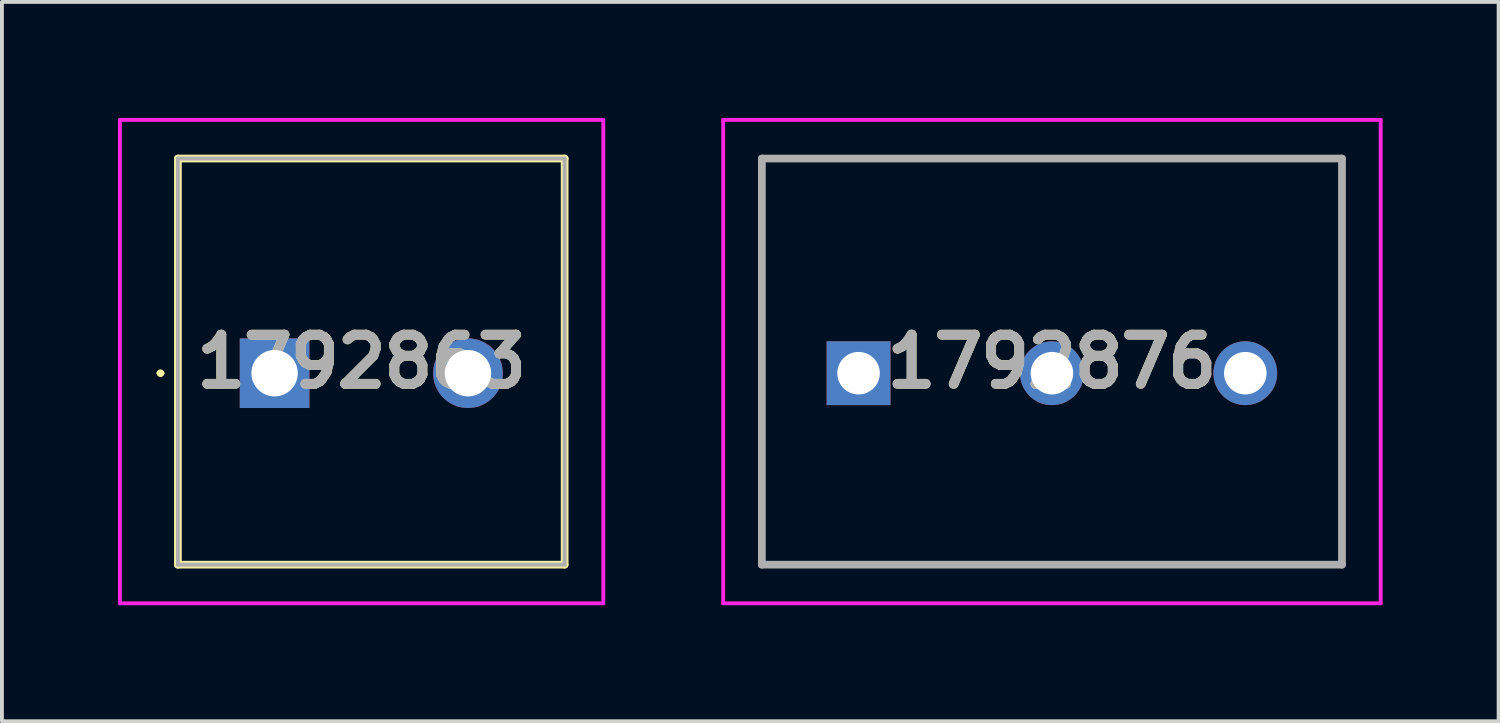
<source format=kicad_pcb>
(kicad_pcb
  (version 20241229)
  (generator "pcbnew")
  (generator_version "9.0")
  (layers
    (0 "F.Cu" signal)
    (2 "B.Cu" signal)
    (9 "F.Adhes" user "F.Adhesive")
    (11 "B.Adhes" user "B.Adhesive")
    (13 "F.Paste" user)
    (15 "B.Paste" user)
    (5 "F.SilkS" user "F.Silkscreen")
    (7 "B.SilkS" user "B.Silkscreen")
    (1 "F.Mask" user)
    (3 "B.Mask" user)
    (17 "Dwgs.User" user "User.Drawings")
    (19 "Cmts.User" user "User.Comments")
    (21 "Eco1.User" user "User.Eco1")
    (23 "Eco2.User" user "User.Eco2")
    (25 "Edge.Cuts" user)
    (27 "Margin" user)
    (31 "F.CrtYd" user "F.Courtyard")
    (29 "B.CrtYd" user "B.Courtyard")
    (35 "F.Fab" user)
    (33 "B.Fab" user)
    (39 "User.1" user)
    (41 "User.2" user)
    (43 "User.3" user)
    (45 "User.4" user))
  (footprint "1792876"
    (layer "F.Cu")
    (at 19.15 6.6)
    (property "Reference" "1792876" (at 5 -0.3 0) (layer "F.SilkS") (effects (font (size 1.27 1.27) (thickness 0.254))))
    (attr through_hole)
    (fp_line (start -2.5 -5.55) (end 12.5 -5.55) (stroke (width 0.1) (type solid)) (layer "F.SilkS"))
    (fp_line (start -2.5 4.95) (end -2.5 -5.55) (stroke (width 0.1) (type solid)) (layer "F.SilkS"))
    (fp_line (start 12.5 -5.55) (end 12.5 4.95) (stroke (width 0.1) (type solid)) (layer "F.SilkS"))
    (fp_line (start 12.5 4.95) (end -2.5 4.95) (stroke (width 0.1) (type solid)) (layer "F.SilkS"))
    (fp_line (start -3.5 -6.55) (end 13.5 -6.55) (stroke (width 0.1) (type solid)) (layer "F.CrtYd"))
    (fp_line (start -3.5 5.95) (end -3.5 -6.55) (stroke (width 0.1) (type solid)) (layer "F.CrtYd"))
    (fp_line (start 13.5 -6.55) (end 13.5 5.95) (stroke (width 0.1) (type solid)) (layer "F.CrtYd"))
    (fp_line (start 13.5 5.95) (end -3.5 5.95) (stroke (width 0.1) (type solid)) (layer "F.CrtYd"))
    (fp_line (start -2.5 -5.55) (end 12.5 -5.55) (stroke (width 0.2) (type solid)) (layer "F.Fab"))
    (fp_line (start -2.5 4.95) (end -2.5 -5.55) (stroke (width 0.2) (type solid)) (layer "F.Fab"))
    (fp_line (start 12.5 -5.55) (end 12.5 4.95) (stroke (width 0.2) (type solid)) (layer "F.Fab"))
    (fp_line (start 12.5 4.95) (end -2.5 4.95) (stroke (width 0.2) (type solid)) (layer "F.Fab"))
    (fp_text user "${REFERENCE}" (at 5 -0.3 0) (layer "F.Fab") (effects (font (size 1.27 1.27) (thickness 0.254))))
    (pad "1" thru_hole rect (at 0 0) (size 1.65 1.65) (drill 1.1) (layers "*.Cu" "*.Mask"))
    (pad "2" thru_hole circle (at 5 0) (size 1.65 1.65) (drill 1.1) (layers "*.Cu" "*.Mask"))
    (pad "3" thru_hole circle (at 10 0) (size 1.65 1.65) (drill 1.1) (layers "*.Cu" "*.Mask")))
  (footprint "1792863"
    (layer "F.Cu")
    (at 4.05 6.6)
    (property "Reference" "1792863" (at 2.25 -0.3 0) (layer "F.SilkS") (effects (font (size 1.27 1.27) (thickness 0.254))))
    (attr through_hole)
    (fp_line (start -3 0) (end -3 0) (stroke (width 0.1) (type solid)) (layer "F.SilkS"))
    (fp_line (start -2.9 0) (end -2.9 0) (stroke (width 0.1) (type solid)) (layer "F.SilkS"))
    (fp_line (start -2.5 -5.55) (end 7.5 -5.55) (stroke (width 0.2) (type solid)) (layer "F.SilkS"))
    (fp_line (start -2.5 4.95) (end -2.5 -5.55) (stroke (width 0.2) (type solid)) (layer "F.SilkS"))
    (fp_line (start 7.5 -5.55) (end 7.5 4.95) (stroke (width 0.2) (type solid)) (layer "F.SilkS"))
    (fp_line (start 7.5 4.95) (end -2.5 4.95) (stroke (width 0.2) (type solid)) (layer "F.SilkS"))
    (fp_arc (start -3 0) (mid -2.95 -0.05) (end -2.9 0) (stroke (width 0.1) (type solid)) (layer "F.SilkS"))
    (fp_arc (start -2.9 0) (mid -2.95 0.05) (end -3 0) (stroke (width 0.1) (type solid)) (layer "F.SilkS"))
    (fp_line (start -4 -6.55) (end 8.5 -6.55) (stroke (width 0.1) (type solid)) (layer "F.CrtYd"))
    (fp_line (start -4 5.95) (end -4 -6.55) (stroke (width 0.1) (type solid)) (layer "F.CrtYd"))
    (fp_line (start 8.5 -6.55) (end 8.5 5.95) (stroke (width 0.1) (type solid)) (layer "F.CrtYd"))
    (fp_line (start 8.5 5.95) (end -4 5.95) (stroke (width 0.1) (type solid)) (layer "F.CrtYd"))
    (fp_line (start -2.5 -5.55) (end 7.5 -5.55) (stroke (width 0.1) (type solid)) (layer "F.Fab"))
    (fp_line (start -2.5 4.95) (end -2.5 -5.55) (stroke (width 0.1) (type solid)) (layer "F.Fab"))
    (fp_line (start 7.5 -5.55) (end 7.5 4.95) (stroke (width 0.1) (type solid)) (layer "F.Fab"))
    (fp_line (start 7.5 4.95) (end -2.5 4.95) (stroke (width 0.1) (type solid)) (layer "F.Fab"))
    (fp_text user "${REFERENCE}" (at 2.25 -0.3 0) (layer "F.Fab") (effects (font (size 1.27 1.27) (thickness 0.254))))
    (pad "1" thru_hole rect (at 0 0) (size 1.8 1.8) (drill 1.2) (layers "*.Cu" "*.Mask"))
    (pad "2" thru_hole circle (at 5 0) (size 1.8 1.8) (drill 1.2) (layers "*.Cu" "*.Mask")))
  (gr_rect
    (start -3 -3)
    (end 35.7 15.6)
    (stroke (width 0.1) (type default))
    (fill no)
    (layer "Edge.Cuts")))
</source>
